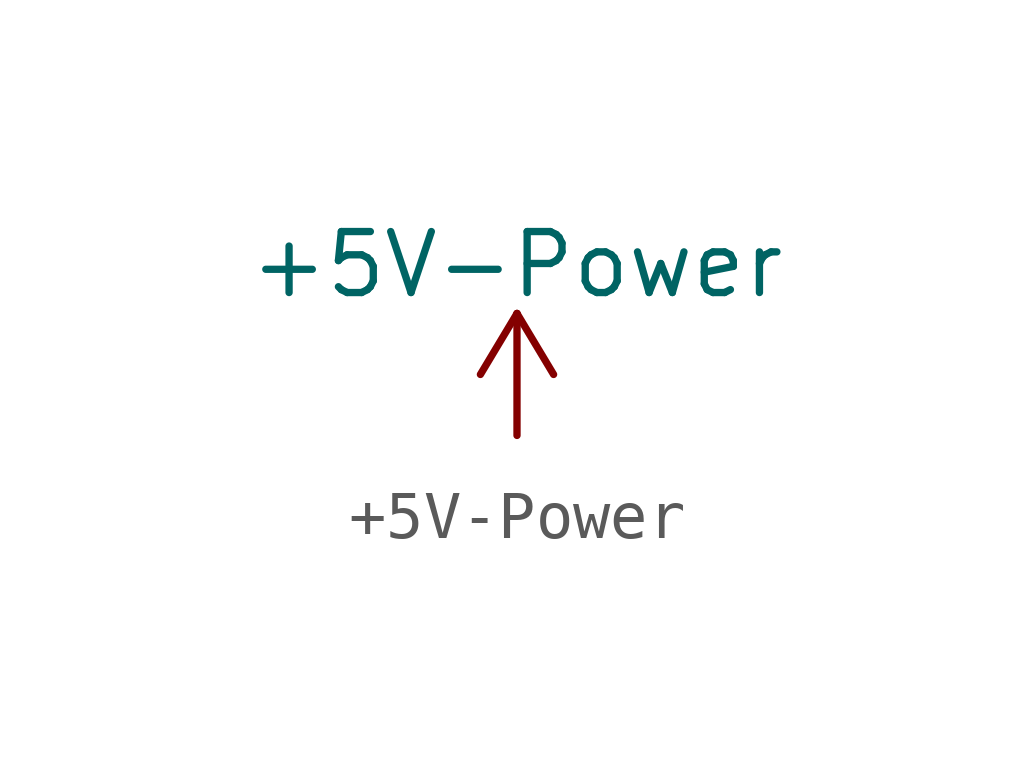
<source format=kicad_sym>
(kicad_symbol_lib
  (version 20200126)
  (host kicad_symbol_editor "(5.99.0-2809-gaceed2b0a4)")
  (symbol "LCD_Board-rescue:+5V-Power"
    (power)
    (pin_names
      (offset 0))
    (property "Reference" "#PWR"
      (at 0 -3.81 0)
      (effects (font (size 1.27 1.27)) hide))
    (property "Value" "+5V-Power"
      (at 0 3.556 0)
      (effects (font (size 1.27 1.27))))
    (symbol "+5V-Power_0_1"
      (polyline (pts (xy -0.762 1.27) (xy 0 2.54)) (stroke (width 0)) (fill (type none)))
      (polyline (pts (xy 0 0) (xy 0 2.54)) (stroke (width 0)) (fill (type none)))
      (polyline (pts (xy 0 2.54) (xy 0.762 1.27)) (stroke (width 0)) (fill (type none))))
    (symbol "+5V-Power_1_1"
      (pin power_in line (at 0 0 90) (length 0) hide (name "+5V" (effects (font (size 1.27 1.27)))) (number "1" (effects (font (size 1.27 1.27))))))))
</source>
